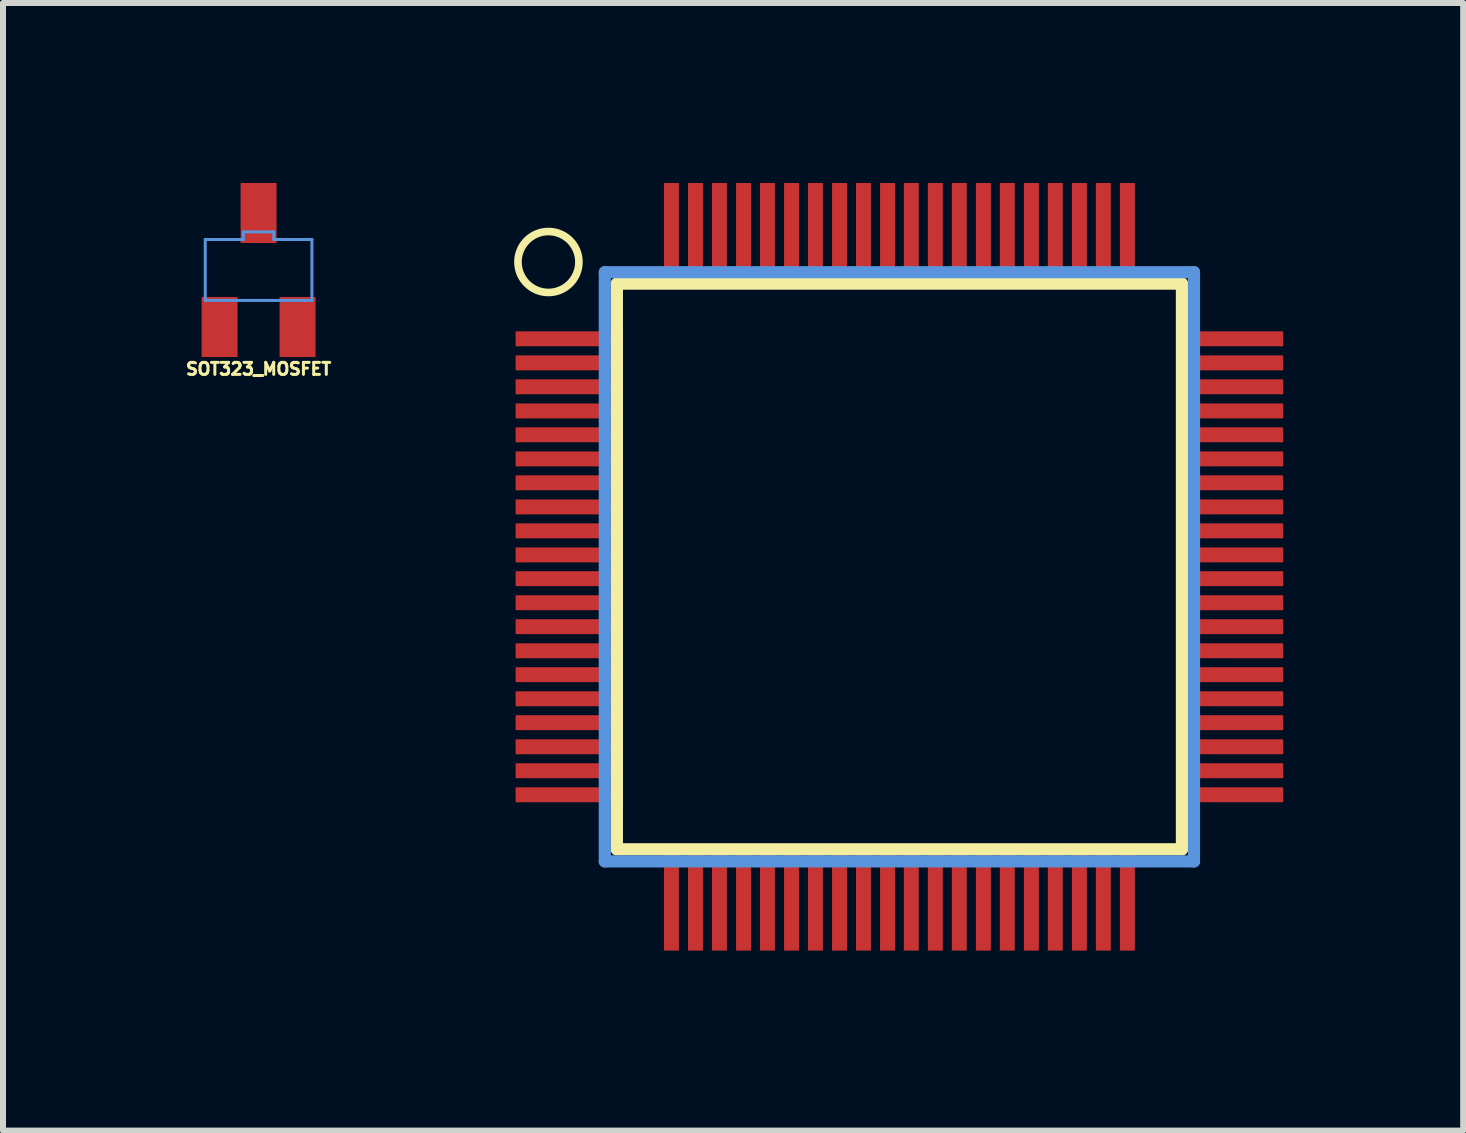
<source format=kicad_pcb>
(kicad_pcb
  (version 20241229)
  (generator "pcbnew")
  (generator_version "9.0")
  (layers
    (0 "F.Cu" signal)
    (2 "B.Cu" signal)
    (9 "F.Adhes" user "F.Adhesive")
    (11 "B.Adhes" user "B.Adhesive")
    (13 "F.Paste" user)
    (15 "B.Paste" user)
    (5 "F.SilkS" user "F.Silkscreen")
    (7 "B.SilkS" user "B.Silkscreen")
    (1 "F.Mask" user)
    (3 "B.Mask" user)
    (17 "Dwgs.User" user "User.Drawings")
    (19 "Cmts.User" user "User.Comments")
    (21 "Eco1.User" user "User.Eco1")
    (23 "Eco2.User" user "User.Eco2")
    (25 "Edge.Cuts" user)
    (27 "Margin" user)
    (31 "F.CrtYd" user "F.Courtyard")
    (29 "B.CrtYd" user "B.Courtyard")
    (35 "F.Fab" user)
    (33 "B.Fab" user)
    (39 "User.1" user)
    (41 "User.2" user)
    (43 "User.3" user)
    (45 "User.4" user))
  (footprint "SOT323_MOSFET"
    (layer "F.Cu")
    (at 1.26 1.45)
    (property "Reference" "SOT323_MOSFET" (at 0 1.65 0) (layer "F.SilkS") (effects (font (size 0.2 0.2) (thickness 0.05))))
    (attr smd)
    (fp_line (start -0.889 -0.508) (end -0.889 0.508) (stroke (width 0.05) (type solid)) (layer "Cmts.User"))
    (fp_line (start -0.889 0.508) (end 0.889 0.508) (stroke (width 0.05) (type solid)) (layer "Cmts.User"))
    (fp_line (start -0.254 -0.635) (end -0.254 -0.508) (stroke (width 0.05) (type solid)) (layer "Cmts.User"))
    (fp_line (start -0.254 -0.508) (end -0.889 -0.508) (stroke (width 0.05) (type solid)) (layer "Cmts.User"))
    (fp_line (start 0.254 -0.635) (end -0.254 -0.635) (stroke (width 0.05) (type solid)) (layer "Cmts.User"))
    (fp_line (start 0.254 -0.508) (end 0.254 -0.635) (stroke (width 0.05) (type solid)) (layer "Cmts.User"))
    (fp_line (start 0.889 -0.508) (end 0.254 -0.508) (stroke (width 0.05) (type solid)) (layer "Cmts.User"))
    (fp_line (start 0.889 0.508) (end 0.889 -0.508) (stroke (width 0.05) (type solid)) (layer "Cmts.User"))
    (pad "D" smd rect (at 0 -0.95 180) (size 0.599 1.001) (layers "F.Cu" "F.Mask" "F.Paste"))
    (pad "G" smd rect (at -0.65 0.95 180) (size 0.599 1.001) (layers "F.Cu" "F.Mask" "F.Paste"))
    (pad "S" smd rect (at 0.65 0.95 180) (size 0.599 1.001) (layers "F.Cu" "F.Mask" "F.Paste")))
  (footprint "SQFP80"
    (layer "F.Cu")
    (at 11.941 6.397)
    (property "Reference" "SQFP80" (at -2.8 3.1 0) (layer "Eco1.User") (effects (font (size 0.5 0.5) (thickness 0.102))))
    (attr through_hole)
    (fp_line (start -4.709 -4.719) (end 4.709 -4.719) (stroke (width 0.203) (type solid)) (layer "F.SilkS"))
    (fp_line (start -4.709 4.709) (end -4.709 -4.719) (stroke (width 0.203) (type solid)) (layer "F.SilkS"))
    (fp_line (start 4.709 -4.719) (end 4.709 4.709) (stroke (width 0.203) (type solid)) (layer "F.SilkS"))
    (fp_line (start 4.709 4.709) (end -4.709 4.709) (stroke (width 0.203) (type solid)) (layer "F.SilkS"))
    (fp_circle (center -5.85 -5.08) (end -5.342 -5.08) (stroke (width 0.127) (type solid)) (fill no) (layer "F.SilkS"))
    (fp_line (start -4.91 -4.91) (end -4.91 4.91) (stroke (width 0.203) (type solid)) (layer "Cmts.User"))
    (fp_line (start -4.91 4.91) (end 4.91 4.91) (stroke (width 0.203) (type solid)) (layer "Cmts.User"))
    (fp_line (start 4.91 -4.91) (end -4.91 -4.91) (stroke (width 0.203) (type solid)) (layer "Cmts.User"))
    (fp_line (start 4.91 4.91) (end 4.91 -4.91) (stroke (width 0.203) (type solid)) (layer "Cmts.User"))
    (pad "1" smd rect (at -5.598 -3.8 270) (size 0.249 1.598) (layers "F.Cu" "F.Mask" "F.Paste"))
    (pad "2" smd rect (at -5.598 -3.399 270) (size 0.249 1.598) (layers "F.Cu" "F.Mask" "F.Paste"))
    (pad "3" smd rect (at -5.598 -3 270) (size 0.249 1.598) (layers "F.Cu" "F.Mask" "F.Paste"))
    (pad "4" smd rect (at -5.598 -2.598 270) (size 0.249 1.598) (layers "F.Cu" "F.Mask" "F.Paste"))
    (pad "5" smd rect (at -5.598 -2.2 270) (size 0.249 1.598) (layers "F.Cu" "F.Mask" "F.Paste"))
    (pad "6" smd rect (at -5.598 -1.798 270) (size 0.249 1.598) (layers "F.Cu" "F.Mask" "F.Paste"))
    (pad "7" smd rect (at -5.598 -1.4 270) (size 0.249 1.598) (layers "F.Cu" "F.Mask" "F.Paste"))
    (pad "8" smd rect (at -5.598 -0.998 270) (size 0.249 1.598) (layers "F.Cu" "F.Mask" "F.Paste"))
    (pad "9" smd rect (at -5.598 -0.599 270) (size 0.249 1.598) (layers "F.Cu" "F.Mask" "F.Paste"))
    (pad "10" smd rect (at -5.598 -0.198 270) (size 0.249 1.598) (layers "F.Cu" "F.Mask" "F.Paste"))
    (pad "11" smd rect (at -5.598 0.198 270) (size 0.249 1.598) (layers "F.Cu" "F.Mask" "F.Paste"))
    (pad "12" smd rect (at -5.598 0.599 270) (size 0.249 1.598) (layers "F.Cu" "F.Mask" "F.Paste"))
    (pad "13" smd rect (at -5.598 0.998 270) (size 0.249 1.598) (layers "F.Cu" "F.Mask" "F.Paste"))
    (pad "14" smd rect (at -5.598 1.4 270) (size 0.249 1.598) (layers "F.Cu" "F.Mask" "F.Paste"))
    (pad "15" smd rect (at -5.598 1.798 270) (size 0.249 1.598) (layers "F.Cu" "F.Mask" "F.Paste"))
    (pad "16" smd rect (at -5.598 2.2 270) (size 0.249 1.598) (layers "F.Cu" "F.Mask" "F.Paste"))
    (pad "17" smd rect (at -5.598 2.598 270) (size 0.249 1.598) (layers "F.Cu" "F.Mask" "F.Paste"))
    (pad "18" smd rect (at -5.598 3 270) (size 0.249 1.598) (layers "F.Cu" "F.Mask" "F.Paste"))
    (pad "19" smd rect (at -5.598 3.399 270) (size 0.249 1.598) (layers "F.Cu" "F.Mask" "F.Paste"))
    (pad "20" smd rect (at -5.598 3.8 270) (size 0.249 1.598) (layers "F.Cu" "F.Mask" "F.Paste"))
    (pad "21" smd rect (at -3.8 5.598 270) (size 1.598 0.249) (layers "F.Cu" "F.Mask" "F.Paste"))
    (pad "22" smd rect (at -3.399 5.598 270) (size 1.598 0.249) (layers "F.Cu" "F.Mask" "F.Paste"))
    (pad "23" smd rect (at -3 5.598 270) (size 1.598 0.249) (layers "F.Cu" "F.Mask" "F.Paste"))
    (pad "24" smd rect (at -2.598 5.598 270) (size 1.598 0.249) (layers "F.Cu" "F.Mask" "F.Paste"))
    (pad "25" smd rect (at -2.2 5.598 270) (size 1.598 0.249) (layers "F.Cu" "F.Mask" "F.Paste"))
    (pad "26" smd rect (at -1.798 5.598 270) (size 1.598 0.249) (layers "F.Cu" "F.Mask" "F.Paste"))
    (pad "27" smd rect (at -1.4 5.598 270) (size 1.598 0.249) (layers "F.Cu" "F.Mask" "F.Paste"))
    (pad "28" smd rect (at -0.998 5.598 270) (size 1.598 0.249) (layers "F.Cu" "F.Mask" "F.Paste"))
    (pad "29" smd rect (at -0.599 5.598 270) (size 1.598 0.249) (layers "F.Cu" "F.Mask" "F.Paste"))
    (pad "30" smd rect (at -0.198 5.598 270) (size 1.598 0.249) (layers "F.Cu" "F.Mask" "F.Paste"))
    (pad "31" smd rect (at 0.198 5.598 270) (size 1.598 0.249) (layers "F.Cu" "F.Mask" "F.Paste"))
    (pad "32" smd rect (at 0.599 5.598 270) (size 1.598 0.249) (layers "F.Cu" "F.Mask" "F.Paste"))
    (pad "33" smd rect (at 0.998 5.598 270) (size 1.598 0.249) (layers "F.Cu" "F.Mask" "F.Paste"))
    (pad "34" smd rect (at 1.4 5.598 270) (size 1.598 0.249) (layers "F.Cu" "F.Mask" "F.Paste"))
    (pad "35" smd rect (at 1.798 5.598 270) (size 1.598 0.249) (layers "F.Cu" "F.Mask" "F.Paste"))
    (pad "36" smd rect (at 2.2 5.598 270) (size 1.598 0.249) (layers "F.Cu" "F.Mask" "F.Paste"))
    (pad "37" smd rect (at 2.598 5.598 270) (size 1.598 0.249) (layers "F.Cu" "F.Mask" "F.Paste"))
    (pad "38" smd rect (at 3 5.598 270) (size 1.598 0.249) (layers "F.Cu" "F.Mask" "F.Paste"))
    (pad "39" smd rect (at 3.399 5.598 270) (size 1.598 0.249) (layers "F.Cu" "F.Mask" "F.Paste"))
    (pad "40" smd rect (at 3.8 5.598 270) (size 1.598 0.249) (layers "F.Cu" "F.Mask" "F.Paste"))
    (pad "41" smd rect (at 5.598 3.8 270) (size 0.249 1.598) (layers "F.Cu" "F.Mask" "F.Paste"))
    (pad "42" smd rect (at 5.598 3.399 270) (size 0.249 1.598) (layers "F.Cu" "F.Mask" "F.Paste"))
    (pad "43" smd rect (at 5.598 3 270) (size 0.249 1.598) (layers "F.Cu" "F.Mask" "F.Paste"))
    (pad "44" smd rect (at 5.598 2.598 270) (size 0.249 1.598) (layers "F.Cu" "F.Mask" "F.Paste"))
    (pad "45" smd rect (at 5.598 2.2 270) (size 0.249 1.598) (layers "F.Cu" "F.Mask" "F.Paste"))
    (pad "46" smd rect (at 5.598 1.798 270) (size 0.249 1.598) (layers "F.Cu" "F.Mask" "F.Paste"))
    (pad "47" smd rect (at 5.598 1.4 270) (size 0.249 1.598) (layers "F.Cu" "F.Mask" "F.Paste"))
    (pad "48" smd rect (at 5.598 0.998 270) (size 0.249 1.598) (layers "F.Cu" "F.Mask" "F.Paste"))
    (pad "49" smd rect (at 5.598 0.599 270) (size 0.249 1.598) (layers "F.Cu" "F.Mask" "F.Paste"))
    (pad "50" smd rect (at 5.598 0.198 270) (size 0.249 1.598) (layers "F.Cu" "F.Mask" "F.Paste"))
    (pad "51" smd rect (at 5.598 -0.198 270) (size 0.249 1.598) (layers "F.Cu" "F.Mask" "F.Paste"))
    (pad "52" smd rect (at 5.598 -0.599 270) (size 0.249 1.598) (layers "F.Cu" "F.Mask" "F.Paste"))
    (pad "53" smd rect (at 5.598 -0.998 270) (size 0.249 1.598) (layers "F.Cu" "F.Mask" "F.Paste"))
    (pad "54" smd rect (at 5.598 -1.4 270) (size 0.249 1.598) (layers "F.Cu" "F.Mask" "F.Paste"))
    (pad "55" smd rect (at 5.598 -1.798 270) (size 0.249 1.598) (layers "F.Cu" "F.Mask" "F.Paste"))
    (pad "56" smd rect (at 5.598 -2.2 270) (size 0.249 1.598) (layers "F.Cu" "F.Mask" "F.Paste"))
    (pad "57" smd rect (at 5.598 -2.598 270) (size 0.249 1.598) (layers "F.Cu" "F.Mask" "F.Paste"))
    (pad "58" smd rect (at 5.598 -3 270) (size 0.249 1.598) (layers "F.Cu" "F.Mask" "F.Paste"))
    (pad "59" smd rect (at 5.598 -3.399 270) (size 0.249 1.598) (layers "F.Cu" "F.Mask" "F.Paste"))
    (pad "60" smd rect (at 5.598 -3.8 270) (size 0.249 1.598) (layers "F.Cu" "F.Mask" "F.Paste"))
    (pad "61" smd rect (at 3.8 -5.598 270) (size 1.598 0.249) (layers "F.Cu" "F.Mask" "F.Paste"))
    (pad "62" smd rect (at 3.399 -5.598 270) (size 1.598 0.249) (layers "F.Cu" "F.Mask" "F.Paste"))
    (pad "63" smd rect (at 3 -5.598 270) (size 1.598 0.249) (layers "F.Cu" "F.Mask" "F.Paste"))
    (pad "64" smd rect (at 2.598 -5.598 270) (size 1.598 0.249) (layers "F.Cu" "F.Mask" "F.Paste"))
    (pad "65" smd rect (at 2.2 -5.598 270) (size 1.598 0.249) (layers "F.Cu" "F.Mask" "F.Paste"))
    (pad "66" smd rect (at 1.798 -5.598 270) (size 1.598 0.249) (layers "F.Cu" "F.Mask" "F.Paste"))
    (pad "67" smd rect (at 1.4 -5.598 270) (size 1.598 0.249) (layers "F.Cu" "F.Mask" "F.Paste"))
    (pad "68" smd rect (at 0.998 -5.598 270) (size 1.598 0.249) (layers "F.Cu" "F.Mask" "F.Paste"))
    (pad "69" smd rect (at 0.599 -5.598 270) (size 1.598 0.249) (layers "F.Cu" "F.Mask" "F.Paste"))
    (pad "70" smd rect (at 0.198 -5.598 270) (size 1.598 0.249) (layers "F.Cu" "F.Mask" "F.Paste"))
    (pad "71" smd rect (at -0.198 -5.598 270) (size 1.598 0.249) (layers "F.Cu" "F.Mask" "F.Paste"))
    (pad "72" smd rect (at -0.599 -5.598 270) (size 1.598 0.249) (layers "F.Cu" "F.Mask" "F.Paste"))
    (pad "73" smd rect (at -0.998 -5.598 270) (size 1.598 0.249) (layers "F.Cu" "F.Mask" "F.Paste"))
    (pad "74" smd rect (at -1.4 -5.598 270) (size 1.598 0.249) (layers "F.Cu" "F.Mask" "F.Paste"))
    (pad "75" smd rect (at -1.798 -5.598 270) (size 1.598 0.249) (layers "F.Cu" "F.Mask" "F.Paste"))
    (pad "76" smd rect (at -2.2 -5.598 270) (size 1.598 0.249) (layers "F.Cu" "F.Mask" "F.Paste"))
    (pad "77" smd rect (at -2.598 -5.598 270) (size 1.598 0.249) (layers "F.Cu" "F.Mask" "F.Paste"))
    (pad "78" smd rect (at -3 -5.598 270) (size 1.598 0.249) (layers "F.Cu" "F.Mask" "F.Paste"))
    (pad "79" smd rect (at -3.399 -5.598 270) (size 1.598 0.249) (layers "F.Cu" "F.Mask" "F.Paste"))
    (pad "80" smd rect (at -3.8 -5.598 270) (size 1.598 0.249) (layers "F.Cu" "F.Mask" "F.Paste")))
  (gr_rect
    (start -3 -3)
    (end 21.338 15.794)
    (stroke (width 0.1) (type default))
    (fill no)
    (layer "Edge.Cuts")))
</source>
